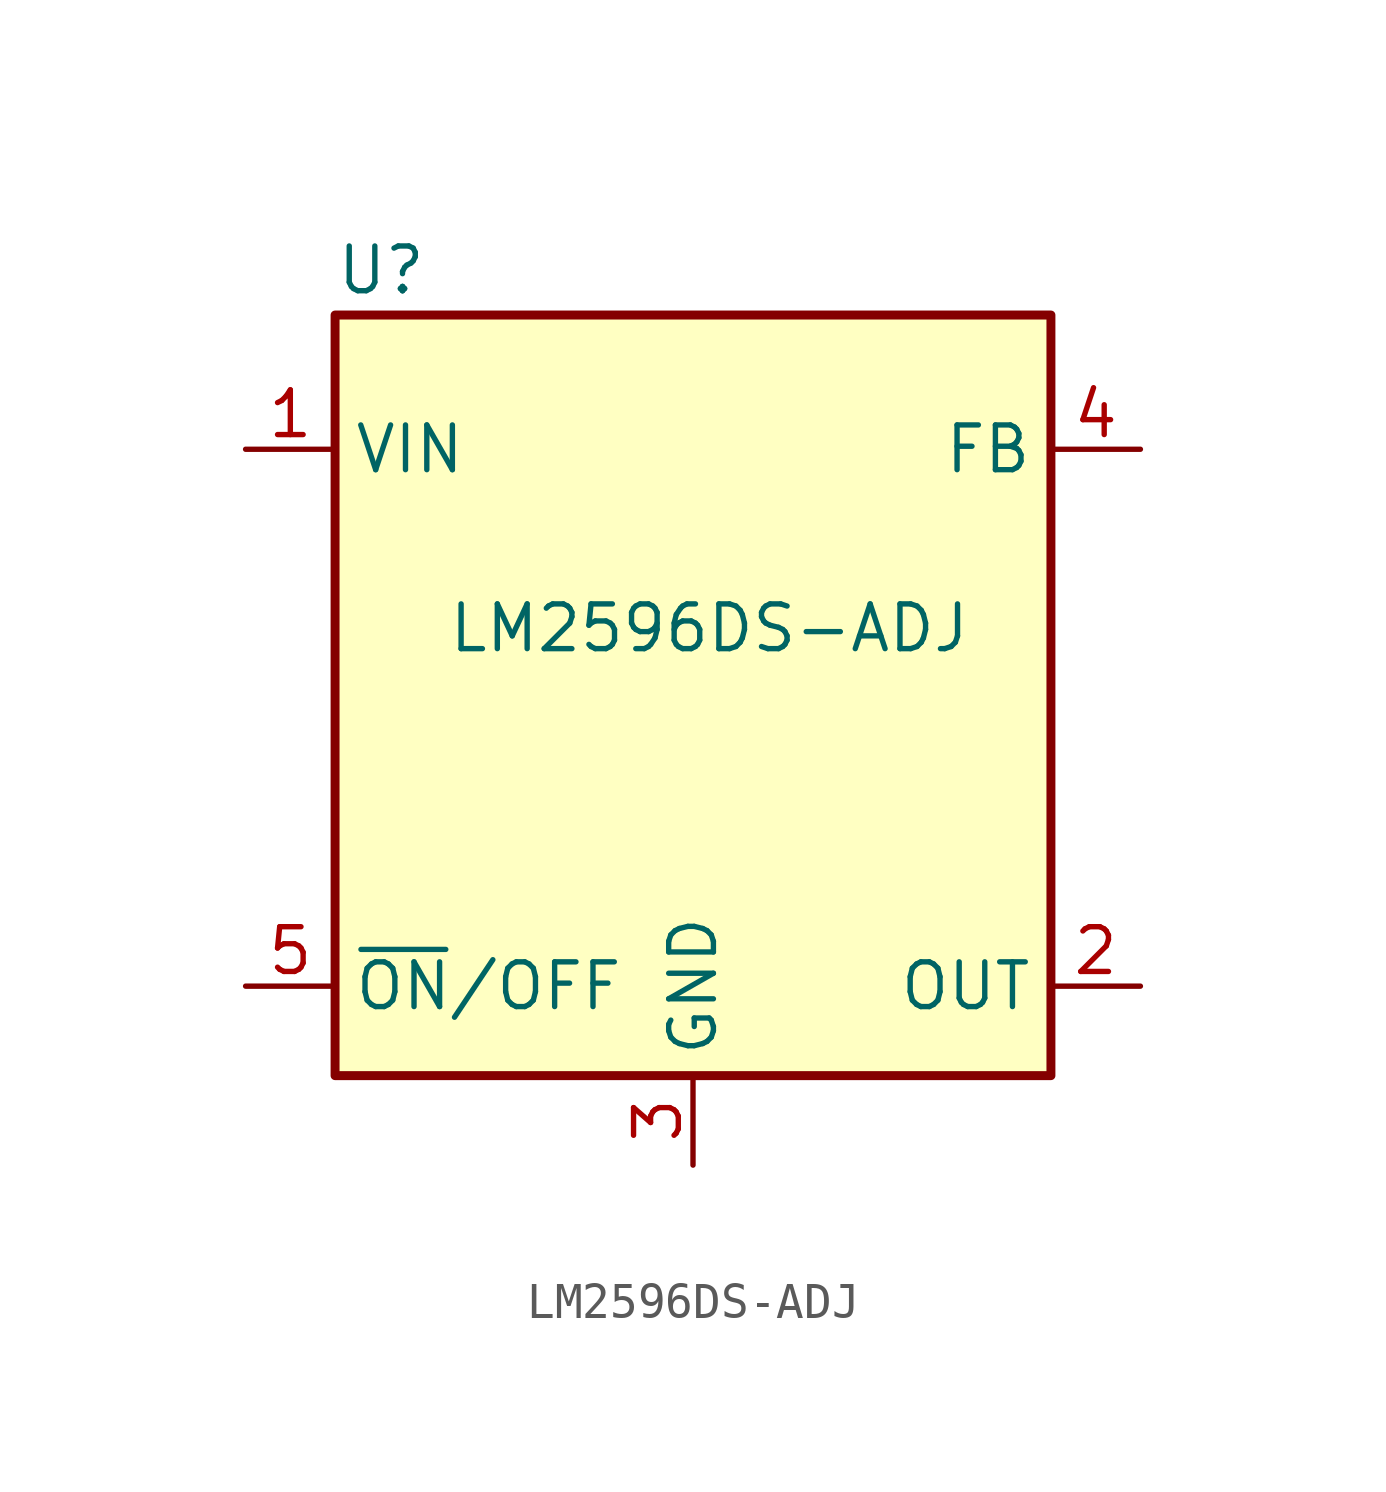
<source format=kicad_sym>
(kicad_symbol_lib
  (version 20220914)
  (generator kicad_symbol_editor)
  (symbol "LM2596DS-ADJ"
    (property "Reference" "U"
      (at -10.16 17.78 0)
      (effects (font (size 1.27 1.27)) (justify left)))
    (property "Value" "LM2596DS-ADJ"
      (at -6.985 7.62 0)
      (effects (font (size 1.27 1.27)) (justify left)))
    (symbol "LM2596DS-ADJ_0_1"
      (rectangle (start -10.16 16.51) (end 10.16 -5.08) (stroke (width 0.254) (type default)) (fill (type background))))
    (symbol "LM2596DS-ADJ_1_1"
      (pin power_in line (at -12.7 12.7 0) (length 2.54) (name "VIN" (effects (font (size 1.27 1.27)))) (number "1" (effects (font (size 1.27 1.27)))))
      (pin output line (at 12.7 -2.54 180) (length 2.54) (name "OUT" (effects (font (size 1.27 1.27)))) (number "2" (effects (font (size 1.27 1.27)))))
      (pin power_in line (at 0 -7.62 90) (length 2.54) (name "GND" (effects (font (size 1.27 1.27)))) (number "3" (effects (font (size 1.27 1.27)))))
      (pin input line (at 12.7 12.7 180) (length 2.54) (name "FB" (effects (font (size 1.27 1.27)))) (number "4" (effects (font (size 1.27 1.27)))))
      (pin input line (at -12.7 -2.54 0) (length 2.54) (name "~{ON}/OFF" (effects (font (size 1.27 1.27)))) (number "5" (effects (font (size 1.27 1.27))))))))
</source>
